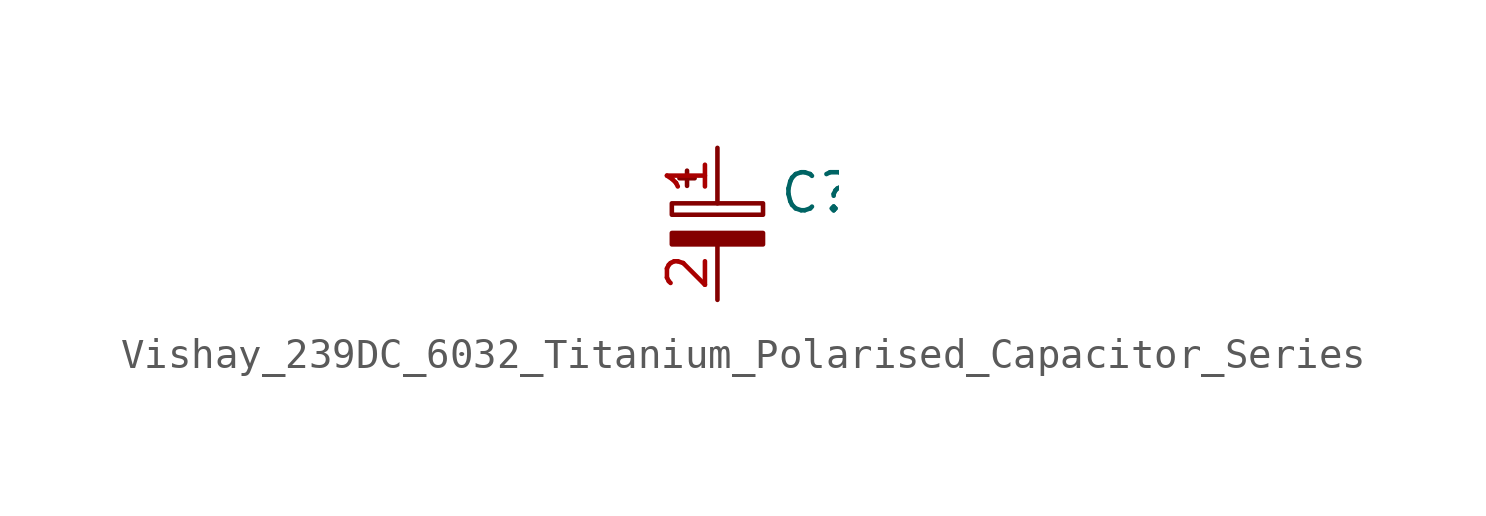
<source format=kicad_sym>
(kicad_symbol_lib
  (version 20241209)
  (generator "kicad_symbol_editor")
  (generator_version "9.0")
  (symbol "Vishay_239DC_6032_Titanium_Polarised_Capacitor_Series"
    (pin_names
      (hide yes))
    (property "Reference" "C"
      (at 2.032 -0.762 0)
      (effects (font (size 1.27 1.27)) (justify left top)))
    (symbol "Vishay_239DC_6032_Titanium_Polarised_Capacitor_Series_0_1"
      (rectangle (start -1.524 -1.854) (end 1.524 -2.235) (stroke (width 0) (type default)) (fill (type none)))
      (rectangle (start -1.524 -2.845) (end 1.524 -3.226) (stroke (width 0) (type default)) (fill (type outline)))
      (polyline (pts (xy -1.27 -1.016) (xy -0.762 -1.016)) (stroke (width 0) (type default)) (fill (type none)))
      (polyline (pts (xy -1.016 -1.27) (xy -1.016 -0.762)) (stroke (width 0) (type default)) (fill (type none))))
    (symbol "Vishay_239DC_6032_Titanium_Polarised_Capacitor_Series_1_1"
      (pin passive line (at 0 0 270) (length 1.854) (name "~" (effects (font (size 1.27 1.27)))) (number "1" (effects (font (size 1.27 1.27)))))
      (pin passive line (at 0 -5.08 90) (length 1.854) (name "~" (effects (font (size 1.27 1.27)))) (number "2" (effects (font (size 1.27 1.27))))))))
</source>
